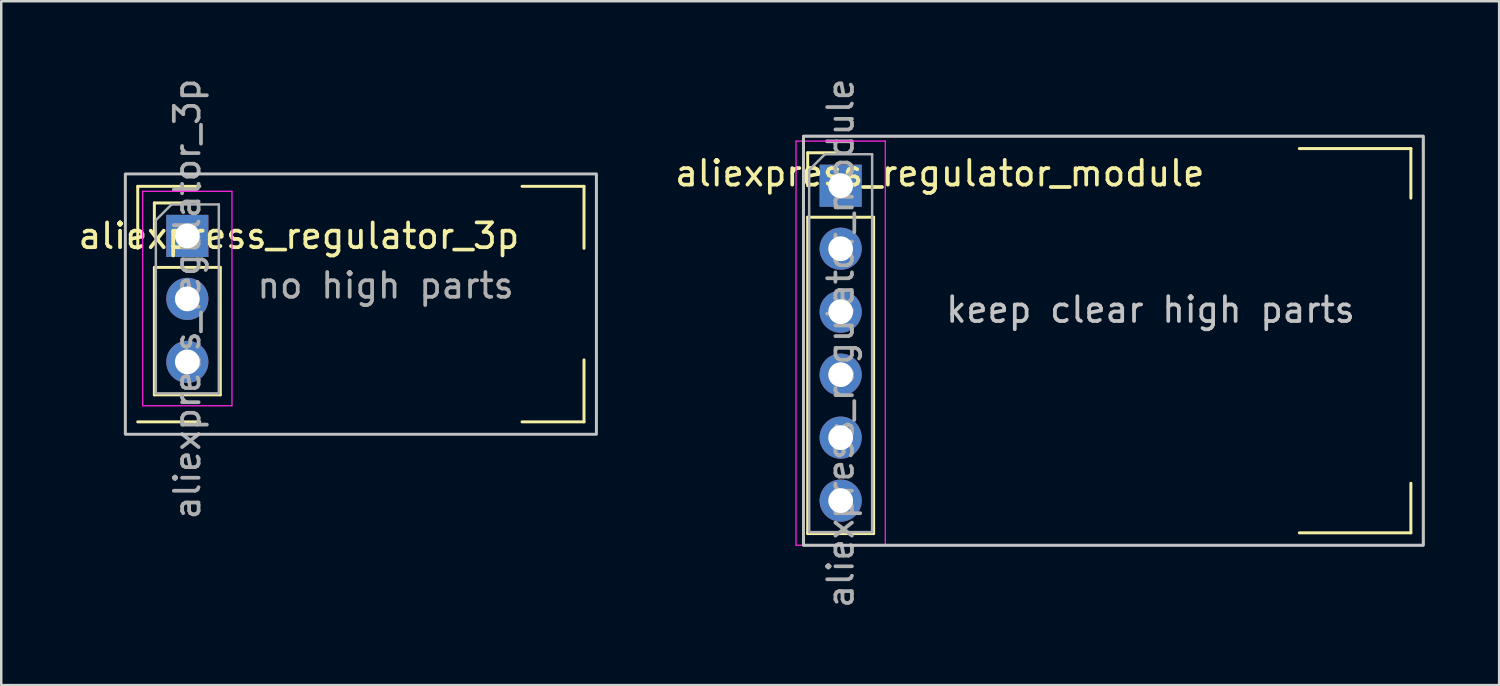
<source format=kicad_pcb>
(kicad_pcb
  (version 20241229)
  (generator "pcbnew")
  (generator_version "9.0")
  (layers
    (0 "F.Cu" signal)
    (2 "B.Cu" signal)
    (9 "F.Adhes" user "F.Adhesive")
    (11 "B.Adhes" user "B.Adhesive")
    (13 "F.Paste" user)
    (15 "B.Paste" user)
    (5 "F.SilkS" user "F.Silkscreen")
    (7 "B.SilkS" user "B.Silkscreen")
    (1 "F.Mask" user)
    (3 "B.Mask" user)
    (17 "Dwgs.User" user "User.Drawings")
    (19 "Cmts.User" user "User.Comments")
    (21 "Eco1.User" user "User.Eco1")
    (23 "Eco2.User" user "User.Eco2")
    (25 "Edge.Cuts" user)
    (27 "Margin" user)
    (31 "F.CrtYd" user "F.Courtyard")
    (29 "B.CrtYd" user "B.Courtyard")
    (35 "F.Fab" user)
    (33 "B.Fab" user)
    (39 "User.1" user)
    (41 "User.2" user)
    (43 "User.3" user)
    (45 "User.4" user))
  (footprint "aliexpress_regulator_3p"
    (layer "F.Cu")
    (at 4.506 6.466)
    (property "Reference" "aliexpress_regulator_3p" (at 4.5 0 0) (layer "F.SilkS") (effects (font (size 1 1) (thickness 0.15))))
    (attr through_hole)
    (fp_line (start -2 -2) (end 0.5 -2) (stroke (width 0.12) (type solid)) (layer "F.SilkS"))
    (fp_line (start -2 0.5) (end -2 -2) (stroke (width 0.12) (type solid)) (layer "F.SilkS"))
    (fp_line (start -2 7.5) (end 0.5 7.5) (stroke (width 0.12) (type solid)) (layer "F.SilkS"))
    (fp_line (start -1.33 -1.33) (end 0 -1.33) (stroke (width 0.12) (type solid)) (layer "F.SilkS"))
    (fp_line (start -1.33 0) (end -1.33 -1.33) (stroke (width 0.12) (type solid)) (layer "F.SilkS"))
    (fp_line (start -1.33 1.27) (end -1.33 6.41) (stroke (width 0.12) (type solid)) (layer "F.SilkS"))
    (fp_line (start -1.33 1.27) (end 1.33 1.27) (stroke (width 0.12) (type solid)) (layer "F.SilkS"))
    (fp_line (start -1.33 6.41) (end 1.33 6.41) (stroke (width 0.12) (type solid)) (layer "F.SilkS"))
    (fp_line (start 1.33 1.27) (end 1.33 6.41) (stroke (width 0.12) (type solid)) (layer "F.SilkS"))
    (fp_line (start 13.5 -2) (end 16 -2) (stroke (width 0.12) (type solid)) (layer "F.SilkS"))
    (fp_line (start 13.5 7.5) (end 16 7.5) (stroke (width 0.12) (type solid)) (layer "F.SilkS"))
    (fp_line (start 16 -2) (end 16 0.5) (stroke (width 0.12) (type solid)) (layer "F.SilkS"))
    (fp_line (start 16 5) (end 16 7.5) (stroke (width 0.12) (type solid)) (layer "F.SilkS"))
    (fp_rect (start -2.5 -2.5) (end 16.5 8) (stroke (width 0.12) (type solid)) (fill no) (layer "Dwgs.User"))
    (fp_line (start -1.8 -1.8) (end -1.8 6.85) (stroke (width 0.05) (type solid)) (layer "F.CrtYd"))
    (fp_line (start -1.8 6.85) (end 1.8 6.85) (stroke (width 0.05) (type solid)) (layer "F.CrtYd"))
    (fp_line (start 1.8 -1.8) (end -1.8 -1.8) (stroke (width 0.05) (type solid)) (layer "F.CrtYd"))
    (fp_line (start 1.8 6.85) (end 1.8 -1.8) (stroke (width 0.05) (type solid)) (layer "F.CrtYd"))
    (fp_line (start -1.27 -0.635) (end -0.635 -1.27) (stroke (width 0.1) (type solid)) (layer "F.Fab"))
    (fp_line (start -1.27 6.35) (end -1.27 -0.635) (stroke (width 0.1) (type solid)) (layer "F.Fab"))
    (fp_line (start -0.635 -1.27) (end 1.27 -1.27) (stroke (width 0.1) (type solid)) (layer "F.Fab"))
    (fp_line (start 1.27 -1.27) (end 1.27 6.35) (stroke (width 0.1) (type solid)) (layer "F.Fab"))
    (fp_line (start 1.27 6.35) (end -1.27 6.35) (stroke (width 0.1) (type solid)) (layer "F.Fab"))
    (fp_text user "${REFERENCE}" (at 0 2.54 90) (layer "F.Fab") (effects (font (size 1 1) (thickness 0.15))))
    (fp_text user "no high parts" (at 8 2 0) (unlocked yes) (layer "F.Fab") (effects (font (size 1 1) (thickness 0.15))))
    (pad "1" thru_hole rect (at 0 0) (size 1.7 1.7) (drill 1) (layers "*.Cu" "*.Mask"))
    (pad "2" thru_hole oval (at 0 2.54) (size 1.7 1.7) (drill 1) (layers "*.Cu" "*.Mask"))
    (pad "3" thru_hole oval (at 0 5.08) (size 1.7 1.7) (drill 1) (layers "*.Cu" "*.Mask")))
  (footprint "aliexpress_regulator_module"
    (layer "F.Cu")
    (at 30.858 4.442)
    (property "Reference" "aliexpress_regulator_module" (at 4 -0.5 0) (layer "F.SilkS") (effects (font (size 1 1) (thickness 0.15))))
    (attr through_hole)
    (fp_line (start -1.33 -1.33) (end 0 -1.33) (stroke (width 0.12) (type solid)) (layer "F.SilkS"))
    (fp_line (start -1.33 0) (end -1.33 -1.33) (stroke (width 0.12) (type solid)) (layer "F.SilkS"))
    (fp_line (start -1.33 1.27) (end -1.33 14.03) (stroke (width 0.12) (type solid)) (layer "F.SilkS"))
    (fp_line (start -1.33 1.27) (end 1.33 1.27) (stroke (width 0.12) (type solid)) (layer "F.SilkS"))
    (fp_line (start -1.33 14.03) (end 1.33 14.03) (stroke (width 0.12) (type solid)) (layer "F.SilkS"))
    (fp_line (start 1.33 1.27) (end 1.33 14.03) (stroke (width 0.12) (type solid)) (layer "F.SilkS"))
    (fp_line (start 18.5 -1.5) (end 23 -1.5) (stroke (width 0.12) (type solid)) (layer "F.SilkS"))
    (fp_line (start 23 -1.5) (end 23 0.5) (stroke (width 0.12) (type solid)) (layer "F.SilkS"))
    (fp_line (start 23 12) (end 23 14) (stroke (width 0.12) (type solid)) (layer "F.SilkS"))
    (fp_line (start 23 14) (end 18.5 14) (stroke (width 0.12) (type solid)) (layer "F.SilkS"))
    (fp_rect (start -1.5 -2) (end 23.5 14.5) (stroke (width 0.12) (type solid)) (fill no) (layer "Dwgs.User"))
    (fp_line (start -1.8 -1.8) (end -1.8 14.5) (stroke (width 0.05) (type solid)) (layer "F.CrtYd"))
    (fp_line (start -1.8 14.5) (end 1.8 14.5) (stroke (width 0.05) (type solid)) (layer "F.CrtYd"))
    (fp_line (start 1.8 -1.8) (end -1.8 -1.8) (stroke (width 0.05) (type solid)) (layer "F.CrtYd"))
    (fp_line (start 1.8 14.5) (end 1.8 -1.8) (stroke (width 0.05) (type solid)) (layer "F.CrtYd"))
    (fp_line (start -1.27 -0.635) (end -0.635 -1.27) (stroke (width 0.1) (type solid)) (layer "F.Fab"))
    (fp_line (start -1.27 13.97) (end -1.27 -0.635) (stroke (width 0.1) (type solid)) (layer "F.Fab"))
    (fp_line (start -0.635 -1.27) (end 1.27 -1.27) (stroke (width 0.1) (type solid)) (layer "F.Fab"))
    (fp_line (start 1.27 -1.27) (end 1.27 13.97) (stroke (width 0.1) (type solid)) (layer "F.Fab"))
    (fp_line (start 1.27 13.97) (end -1.27 13.97) (stroke (width 0.1) (type solid)) (layer "F.Fab"))
    (fp_rect (start -1.5 -2) (end 23.5 14.5) (stroke (width 0.1) (type solid)) (fill no) (layer "F.Fab"))
    (fp_text user "keep clear high parts" (at 12.5 5 0) (unlocked yes) (layer "Dwgs.User") (effects (font (size 1 1) (thickness 0.15))))
    (fp_text user "${REFERENCE}" (at 0 6.35 90) (layer "F.Fab") (effects (font (size 1 1) (thickness 0.15))))
    (pad "1" thru_hole rect (at 0 0) (size 1.7 1.7) (drill 1) (layers "*.Cu" "*.Mask"))
    (pad "2" thru_hole oval (at 0 2.54) (size 1.7 1.7) (drill 1) (layers "*.Cu" "*.Mask"))
    (pad "3" thru_hole oval (at 0 5.08) (size 1.7 1.7) (drill 1) (layers "*.Cu" "*.Mask"))
    (pad "4" thru_hole oval (at 0 7.62) (size 1.7 1.7) (drill 1) (layers "*.Cu" "*.Mask"))
    (pad "5" thru_hole oval (at 0 10.16) (size 1.7 1.7) (drill 1) (layers "*.Cu" "*.Mask"))
    (pad "6" thru_hole oval (at 0 12.7) (size 1.7 1.7) (drill 1) (layers "*.Cu" "*.Mask")))
  (gr_rect
    (start -3 -3)
    (end 57.418 24.583)
    (stroke (width 0.1) (type default))
    (fill no)
    (layer "Edge.Cuts")))
</source>
